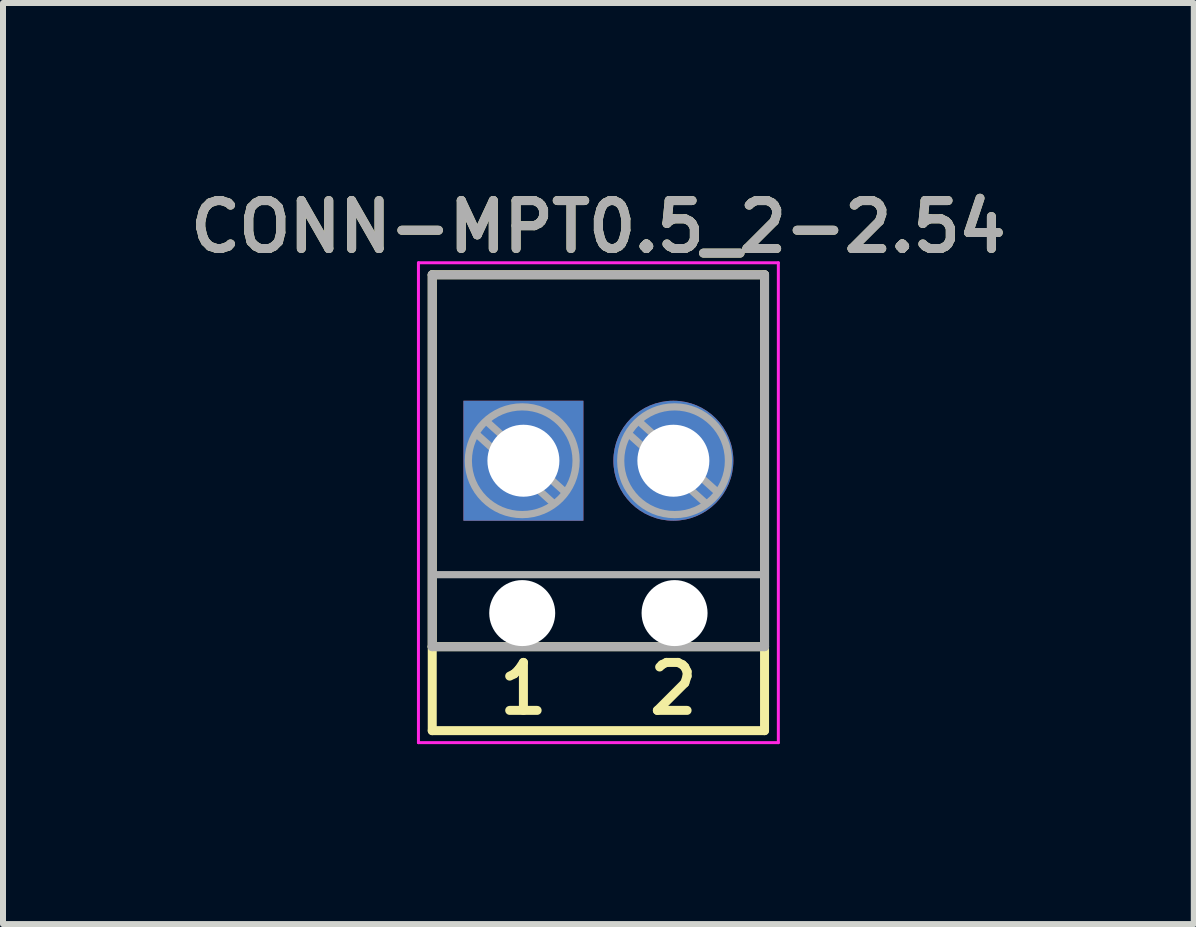
<source format=kicad_pcb>
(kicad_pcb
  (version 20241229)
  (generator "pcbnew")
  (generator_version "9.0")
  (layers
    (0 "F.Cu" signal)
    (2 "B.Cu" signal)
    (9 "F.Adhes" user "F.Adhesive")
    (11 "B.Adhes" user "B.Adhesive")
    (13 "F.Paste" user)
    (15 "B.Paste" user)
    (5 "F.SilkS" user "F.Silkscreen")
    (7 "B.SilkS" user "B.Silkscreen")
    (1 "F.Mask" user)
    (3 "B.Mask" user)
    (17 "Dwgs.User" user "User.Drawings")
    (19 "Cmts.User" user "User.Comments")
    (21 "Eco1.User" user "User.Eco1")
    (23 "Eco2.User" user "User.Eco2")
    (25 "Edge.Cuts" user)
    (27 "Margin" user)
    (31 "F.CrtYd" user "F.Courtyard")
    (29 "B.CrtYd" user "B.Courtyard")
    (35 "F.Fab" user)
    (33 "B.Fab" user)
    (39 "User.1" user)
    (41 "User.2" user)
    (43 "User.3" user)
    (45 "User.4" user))
  (footprint "CONN-MPT0.5_2-2.54"
    (layer "F.Cu")
    (at 6.926 4.631)
    (property "Reference" "CONN-MPT0.5_2-2.54" (at 0 -3.9 0) (layer "F.SilkS") (effects (font (size 0.8 0.8) (thickness 0.15))))
    (attr through_hole)
    (fp_line (start -2.77 -3.1) (end -2.77 3.1) (stroke (width 0.15) (type solid)) (layer "F.SilkS"))
    (fp_line (start -2.77 3.1) (end -2.77 4.5) (stroke (width 0.15) (type solid)) (layer "F.SilkS"))
    (fp_line (start -2.77 3.1) (end 2.77 3.1) (stroke (width 0.15) (type solid)) (layer "F.SilkS"))
    (fp_line (start -2.77 4.5) (end 2.77 4.5) (stroke (width 0.15) (type solid)) (layer "F.SilkS"))
    (fp_line (start 2.77 -3.1) (end -2.77 -3.1) (stroke (width 0.15) (type solid)) (layer "F.SilkS"))
    (fp_line (start 2.77 3.1) (end 2.77 -3.1) (stroke (width 0.15) (type solid)) (layer "F.SilkS"))
    (fp_line (start 2.77 4.5) (end 2.77 3.1) (stroke (width 0.15) (type solid)) (layer "F.SilkS"))
    (fp_line (start -3 -3.3) (end 3 -3.3) (stroke (width 0.05) (type solid)) (layer "F.CrtYd"))
    (fp_line (start -3 4.7) (end -3 -3.3) (stroke (width 0.05) (type solid)) (layer "F.CrtYd"))
    (fp_line (start 3 -3.3) (end 3 4.7) (stroke (width 0.05) (type solid)) (layer "F.CrtYd"))
    (fp_line (start 3 4.7) (end -3 4.7) (stroke (width 0.05) (type solid)) (layer "F.CrtYd"))
    (fp_line (start -2.77 -3.1) (end -2.77 3.1) (stroke (width 0.15) (type solid)) (layer "F.Fab"))
    (fp_line (start -2.77 1.9) (end 2.77 1.9) (stroke (width 0.12) (type solid)) (layer "F.Fab"))
    (fp_line (start -2.77 3.1) (end 2.77 3.1) (stroke (width 0.15) (type solid)) (layer "F.Fab"))
    (fp_line (start -1.841 -0.635) (end -0.572 0.508) (stroke (width 0.12) (type solid)) (layer "F.Fab"))
    (fp_line (start -0.762 0.699) (end -2.032 -0.445) (stroke (width 0.12) (type solid)) (layer "F.Fab"))
    (fp_line (start 0.699 -0.635) (end 1.968 0.508) (stroke (width 0.12) (type solid)) (layer "F.Fab"))
    (fp_line (start 1.778 0.699) (end 0.508 -0.445) (stroke (width 0.12) (type solid)) (layer "F.Fab"))
    (fp_line (start 2.77 -3.1) (end -2.77 -3.1) (stroke (width 0.15) (type solid)) (layer "F.Fab"))
    (fp_line (start 2.77 3.1) (end 2.77 -3.1) (stroke (width 0.15) (type solid)) (layer "F.Fab"))
    (fp_circle (center -1.27 0) (end -0.635 0.635) (stroke (width 0.12) (type solid)) (fill no) (layer "F.Fab"))
    (fp_circle (center 1.27 0) (end 1.905 0.635) (stroke (width 0.12) (type solid)) (fill no) (layer "F.Fab"))
    (fp_text user "1" (at -1.25 3.8 0) (layer "F.SilkS") (effects (font (size 0.8 0.8) (thickness 0.15))))
    (fp_text user "2" (at 1.25 3.8 0) (layer "F.SilkS") (effects (font (size 0.8 0.8) (thickness 0.15))))
    (fp_text user "${REFERENCE}" (at 0 -3.9 0) (layer "F.Fab") (effects (font (size 0.8 0.8) (thickness 0.15))))
    (pad "" np_thru_hole circle (at -1.27 2.54) (size 1.1 1.1) (drill 1.1) (layers "*.Cu" "*.Mask"))
    (pad "" np_thru_hole circle (at 1.27 2.54) (size 1.1 1.1) (drill 1.1) (layers "*.Cu" "*.Mask"))
    (pad "1" thru_hole rect (at -1.25 0) (size 2 2) (drill 1.2) (layers "*.Cu" "*.Mask"))
    (pad "2" thru_hole circle (at 1.25 0) (size 2 2) (drill 1.2) (layers "*.Cu" "*.Mask")))
  (gr_rect
    (start -3 -3)
    (end 16.852 12.356)
    (stroke (width 0.1) (type default))
    (fill no)
    (layer "Edge.Cuts")))
</source>
